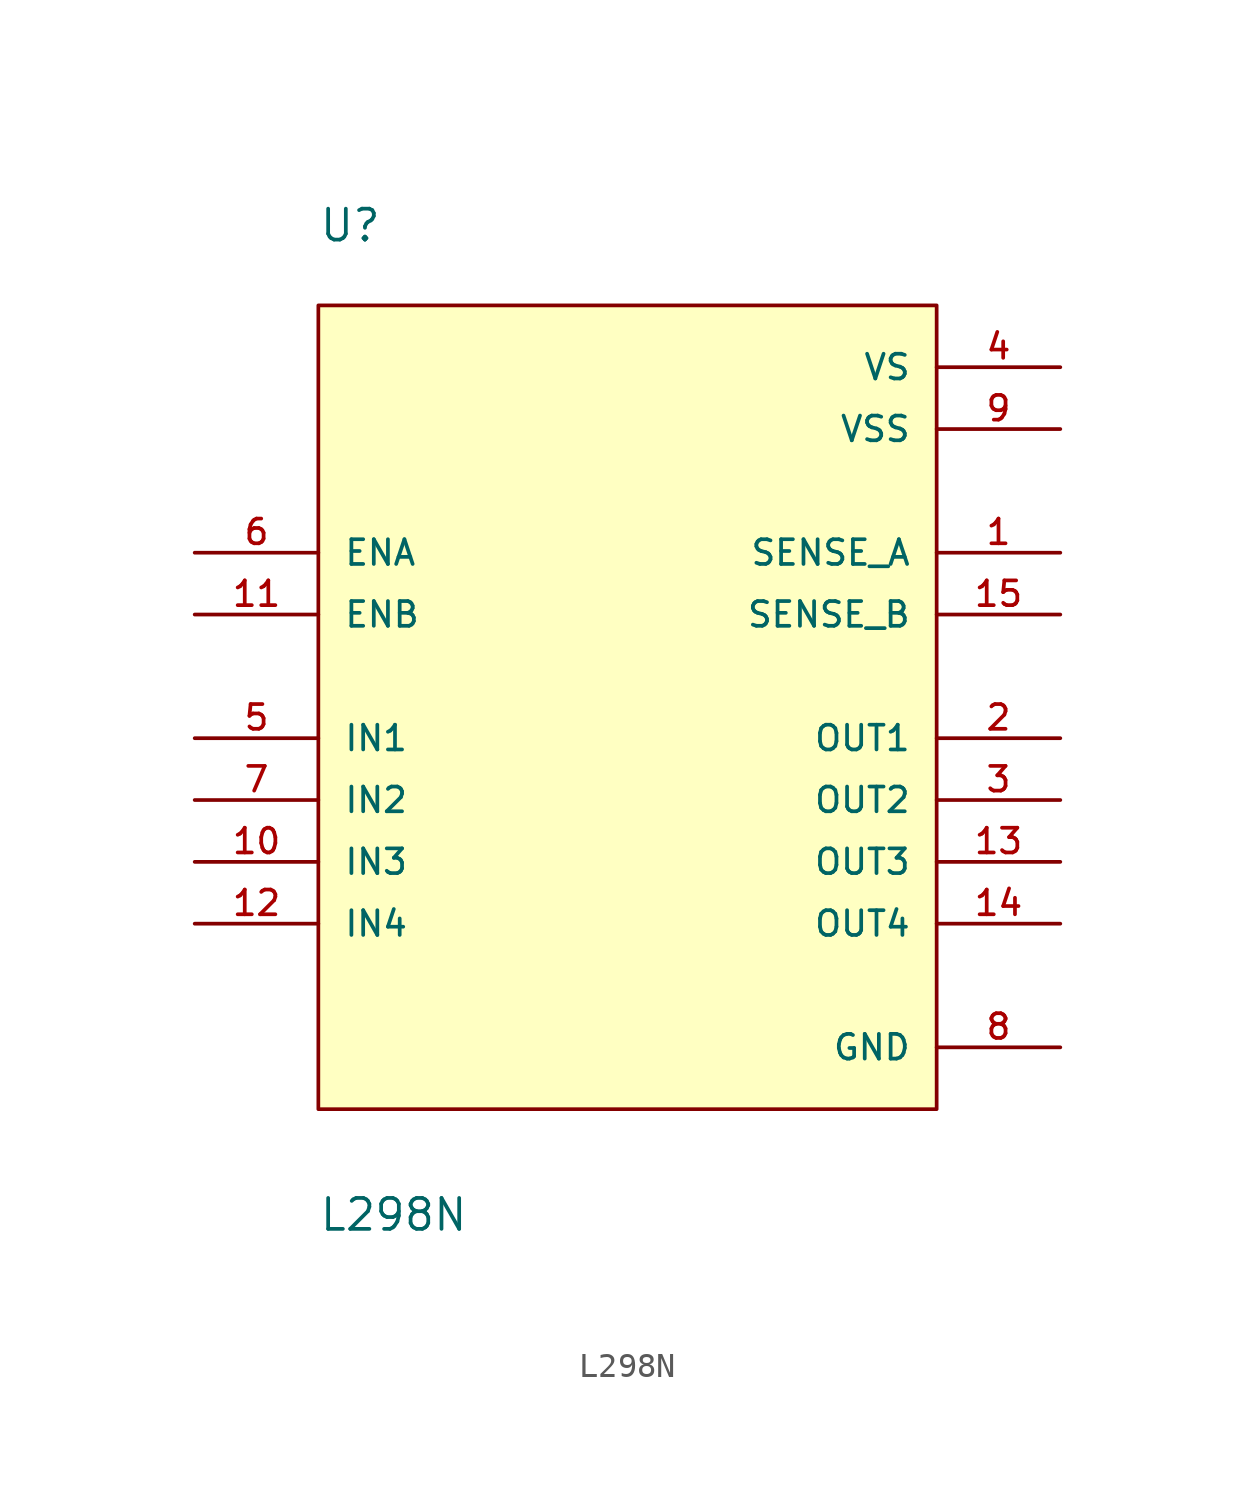
<source format=kicad_sym>
(kicad_symbol_lib
  (version 20211014)
  (generator kicad_symbol_editor)
  (symbol "L298N"
    (pin_names
      (offset 1.016))
    (property "Reference" "U"
      (at -12.7 20.32 0)
      (effects (font (size 1.27 1.27)) (justify bottom left)))
    (property "Value" "L298N"
      (at -12.7 -20.32 0)
      (effects (font (size 1.27 1.27)) (justify bottom left)))
    (symbol "L298N_0_0"
      (rectangle (start -12.7 -15.24) (end 12.7 17.78) (stroke (width 0.152)) (fill (type background)))
      (pin passive line (at 17.78 7.62 180.0) (length 5.08) (name "SENSE_A" (effects (font (size 1.016 1.016)))) (number "1" (effects (font (size 1.016 1.016)))))
      (pin output line (at 17.78 0.0 180.0) (length 5.08) (name "OUT1" (effects (font (size 1.016 1.016)))) (number "2" (effects (font (size 1.016 1.016)))))
      (pin power_in line (at 17.78 15.24 180.0) (length 5.08) (name "VS" (effects (font (size 1.016 1.016)))) (number "4" (effects (font (size 1.016 1.016)))))
      (pin input line (at -17.78 0.0 0) (length 5.08) (name "IN1" (effects (font (size 1.016 1.016)))) (number "5" (effects (font (size 1.016 1.016)))))
      (pin input line (at -17.78 7.62 0) (length 5.08) (name "ENA" (effects (font (size 1.016 1.016)))) (number "6" (effects (font (size 1.016 1.016)))))
      (pin power_in line (at 17.78 -12.7 180.0) (length 5.08) (name "GND" (effects (font (size 1.016 1.016)))) (number "8" (effects (font (size 1.016 1.016)))))
      (pin input line (at 17.78 12.7 180.0) (length 5.08) (name "VSS" (effects (font (size 1.016 1.016)))) (number "9" (effects (font (size 1.016 1.016)))))
      (pin passive line (at 17.78 5.08 180.0) (length 5.08) (name "SENSE_B" (effects (font (size 1.016 1.016)))) (number "15" (effects (font (size 1.016 1.016)))))
      (pin input line (at -17.78 -2.54 0) (length 5.08) (name "IN2" (effects (font (size 1.016 1.016)))) (number "7" (effects (font (size 1.016 1.016)))))
      (pin output line (at 17.78 -2.54 180.0) (length 5.08) (name "OUT2" (effects (font (size 1.016 1.016)))) (number "3" (effects (font (size 1.016 1.016)))))
      (pin input line (at -17.78 -5.08 0) (length 5.08) (name "IN3" (effects (font (size 1.016 1.016)))) (number "10" (effects (font (size 1.016 1.016)))))
      (pin input line (at -17.78 5.08 0) (length 5.08) (name "ENB" (effects (font (size 1.016 1.016)))) (number "11" (effects (font (size 1.016 1.016)))))
      (pin output line (at 17.78 -5.08 180.0) (length 5.08) (name "OUT3" (effects (font (size 1.016 1.016)))) (number "13" (effects (font (size 1.016 1.016)))))
      (pin output line (at 17.78 -7.62 180.0) (length 5.08) (name "OUT4" (effects (font (size 1.016 1.016)))) (number "14" (effects (font (size 1.016 1.016)))))
      (pin input line (at -17.78 -7.62 0) (length 5.08) (name "IN4" (effects (font (size 1.016 1.016)))) (number "12" (effects (font (size 1.016 1.016))))))))
</source>
